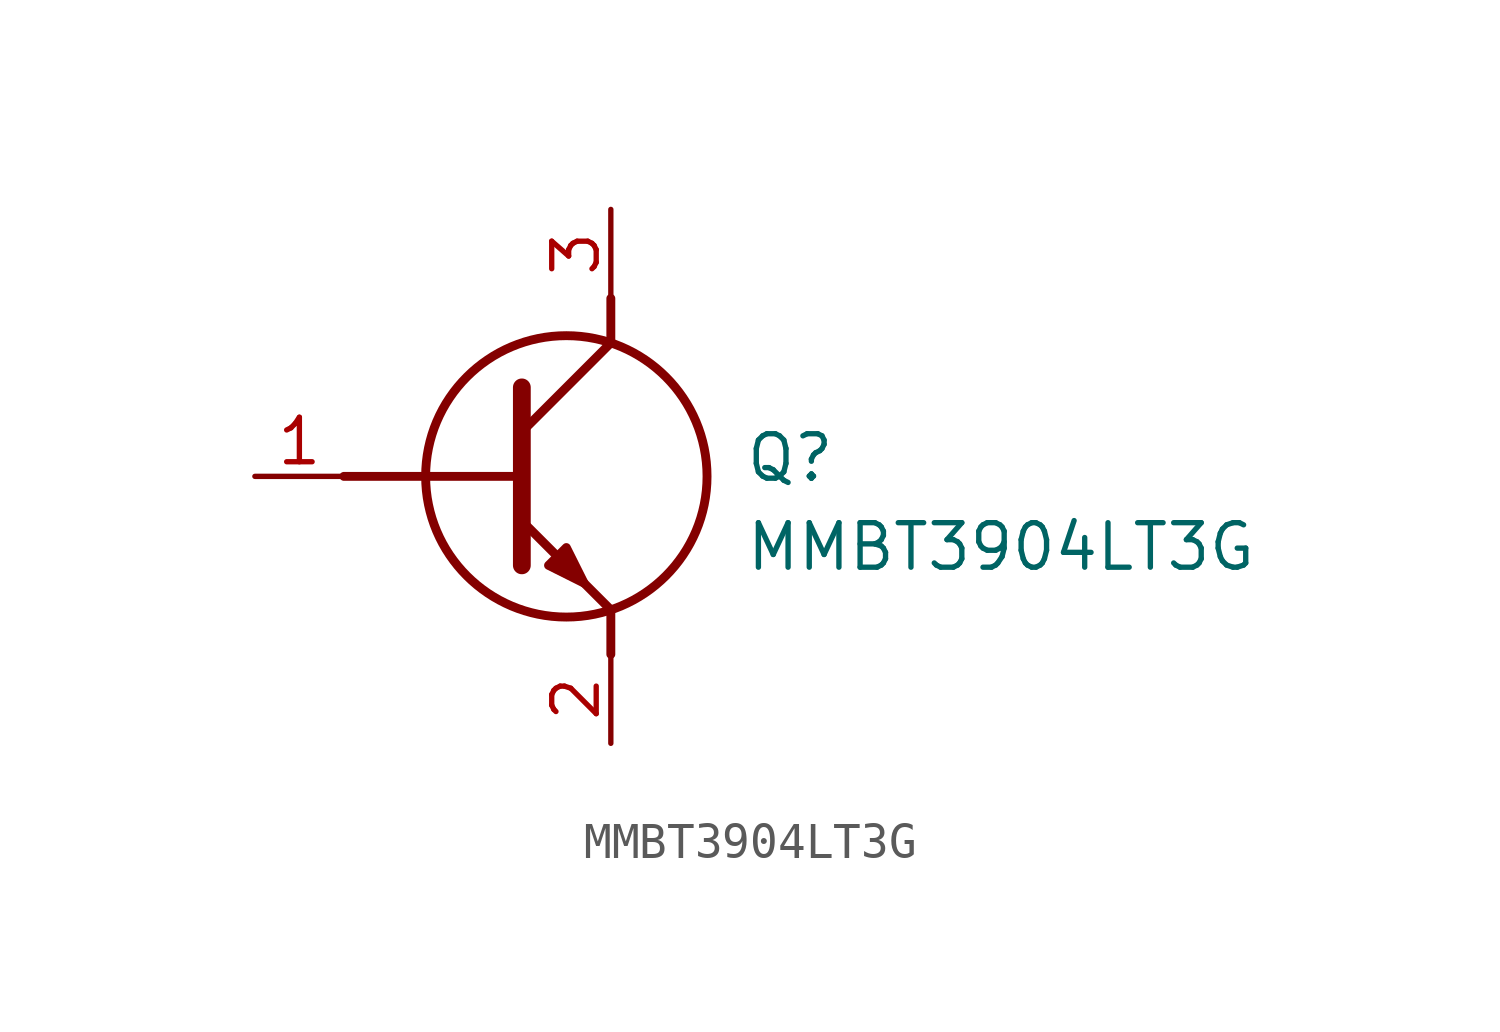
<source format=kicad_sym>
(kicad_symbol_lib
  (version 20211014)
  (generator SamacSys_ECAD_Model)
  (symbol "MMBT3904LT3G"
    (pin_names hide)
    (property "Reference" "Q"
      (at 13.97 1.27 0)
      (effects (font (size 1.27 1.27)) (justify left top)))
    (property "Value" "MMBT3904LT3G"
      (at 13.97 -1.27 0)
      (effects (font (size 1.27 1.27)) (justify left top)))
    (polyline
      (pts (xy 7.62 2.54) (xy 7.62 -2.54))
      (stroke (width 0.508) (type default))
      (fill (type none)))
    (polyline
      (pts (xy 7.62 1.27) (xy 10.16 3.81))
      (stroke (width 0.254) (type default))
      (fill (type none)))
    (polyline
      (pts (xy 7.62 -1.27) (xy 10.16 -3.81))
      (stroke (width 0.254) (type default))
      (fill (type none)))
    (polyline
      (pts (xy 10.16 -3.81) (xy 10.16 -5.08))
      (stroke (width 0.254) (type default))
      (fill (type none)))
    (polyline
      (pts (xy 10.16 3.81) (xy 10.16 5.08))
      (stroke (width 0.254) (type default))
      (fill (type none)))
    (polyline
      (pts (xy 2.54 0) (xy 7.62 0))
      (stroke (width 0.254) (type default))
      (fill (type none)))
    (circle
      (center 8.89 0)
      (radius 4.016)
      (stroke (width 0.254) (type default))
      (fill (type none)))
    (polyline
      (pts (xy 8.382 -2.54) (xy 8.89 -2.032) (xy 9.398 -3.048) (xy 8.382 -2.54))
      (stroke (width 0.254) (type default))
      (fill (type outline)))
    (pin passive line
      (at 0 0 0)
      (length 2.54)
      (name "B" (effects (font (size 1.27 1.27))))
      (number "1" (effects (font (size 1.27 1.27)))))
    (pin passive line
      (at 10.16 -7.62 90)
      (length 2.54)
      (name "E" (effects (font (size 1.27 1.27))))
      (number "2" (effects (font (size 1.27 1.27)))))
    (pin passive line
      (at 10.16 7.62 270)
      (length 2.54)
      (name "C" (effects (font (size 1.27 1.27))))
      (number "3" (effects (font (size 1.27 1.27)))))))
</source>
